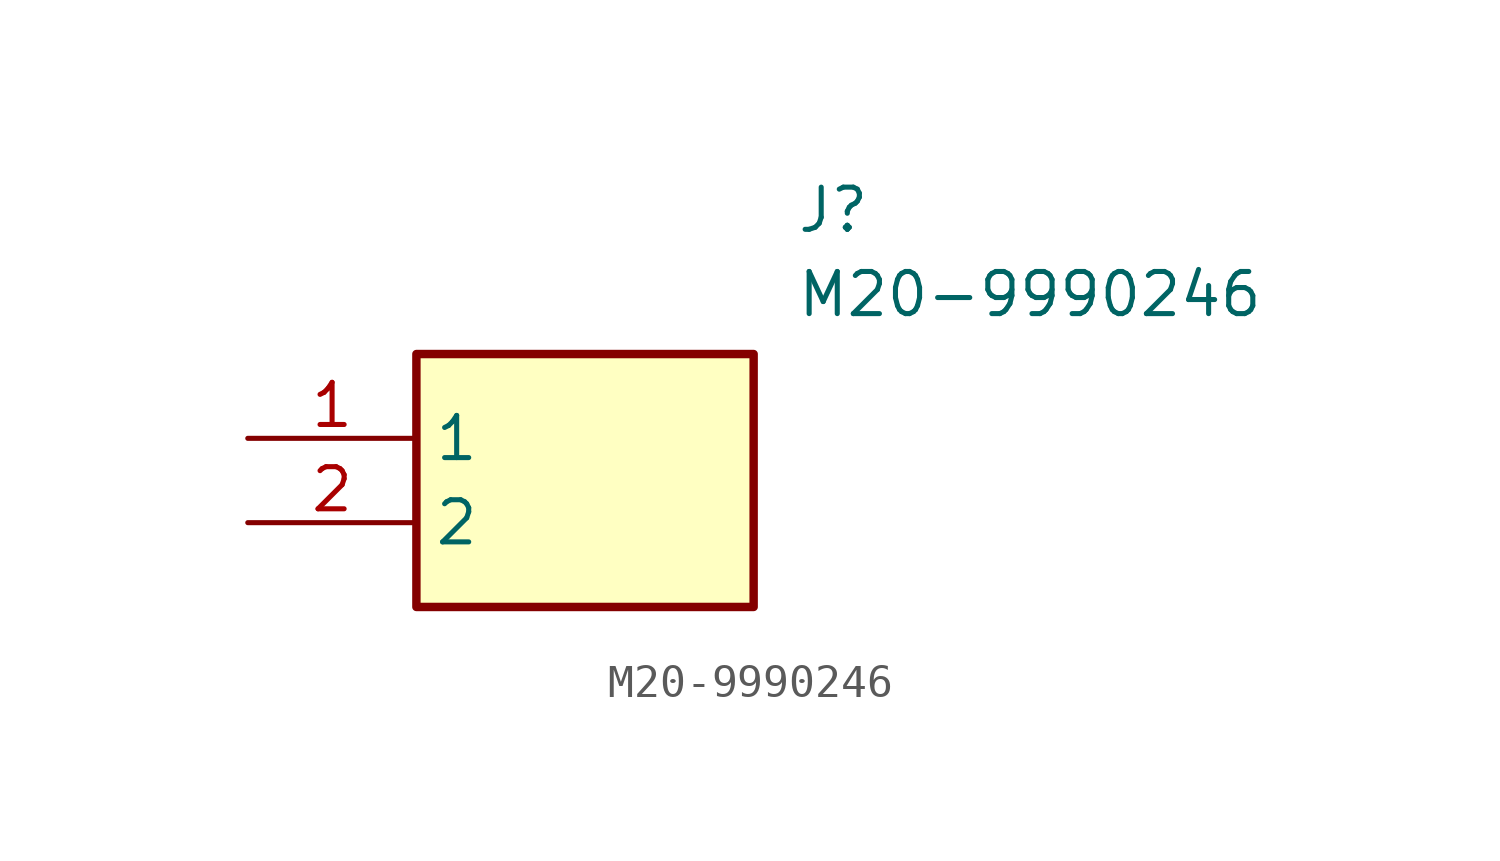
<source format=kicad_sym>
(kicad_symbol_lib
  (version 20211014)
  (generator SamacSys_ECAD_Model)
  (symbol "M20-9990246"
    (property "Reference" "J"
      (at 16.51 7.62 0)
      (effects (font (size 1.27 1.27)) (justify left top)))
    (property "Value" "M20-9990246"
      (at 16.51 5.08 0)
      (effects (font (size 1.27 1.27)) (justify left top)))
    (rectangle
      (start 5.08 2.54)
      (end 15.24 -5.08)
      (stroke (width 0.254) (type default))
      (fill (type background)))
    (pin passive line
      (at 0 0 0)
      (length 5.08)
      (name "1" (effects (font (size 1.27 1.27))))
      (number "1" (effects (font (size 1.27 1.27)))))
    (pin passive line
      (at 0 -2.54 0)
      (length 5.08)
      (name "2" (effects (font (size 1.27 1.27))))
      (number "2" (effects (font (size 1.27 1.27)))))))
</source>
